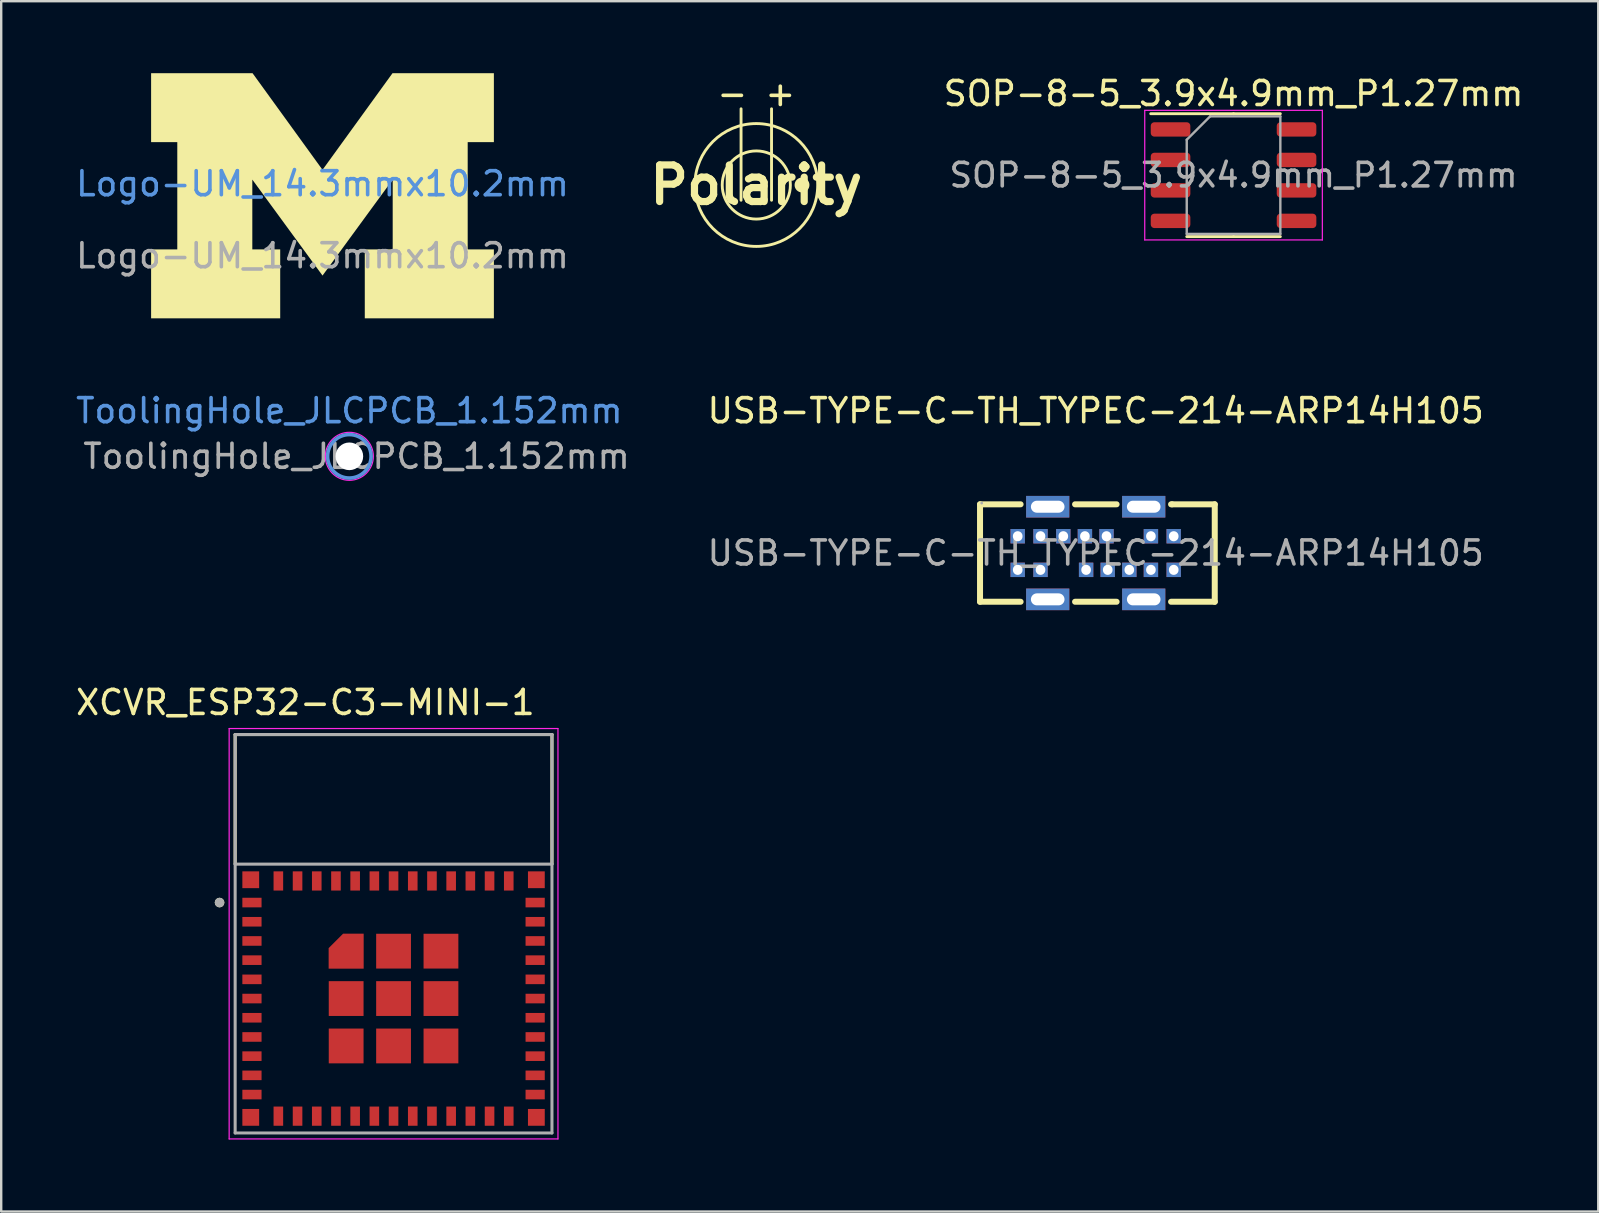
<source format=kicad_pcb>
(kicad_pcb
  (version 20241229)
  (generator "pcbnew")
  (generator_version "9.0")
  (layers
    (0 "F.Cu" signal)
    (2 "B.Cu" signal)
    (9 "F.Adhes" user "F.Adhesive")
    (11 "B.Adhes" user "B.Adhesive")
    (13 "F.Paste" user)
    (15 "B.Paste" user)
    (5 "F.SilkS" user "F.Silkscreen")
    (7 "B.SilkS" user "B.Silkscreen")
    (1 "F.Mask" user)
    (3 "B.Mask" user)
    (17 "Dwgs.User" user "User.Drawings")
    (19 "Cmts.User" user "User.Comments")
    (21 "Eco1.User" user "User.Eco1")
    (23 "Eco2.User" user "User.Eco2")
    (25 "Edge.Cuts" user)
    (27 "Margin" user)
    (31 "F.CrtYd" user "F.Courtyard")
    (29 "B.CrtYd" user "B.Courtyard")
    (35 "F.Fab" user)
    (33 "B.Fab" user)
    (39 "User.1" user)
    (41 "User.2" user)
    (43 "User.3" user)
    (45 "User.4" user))
  (footprint "ToolingHole_JLCPCB_1.152mm"
    (layer "F.Cu")
    (at 11.506 15.963)
    (property "Reference" "ToolingHole_JLCPCB_1.152mm" (at 0 -1.9 0) (layer "Cmts.User") (effects (font (size 1 1) (thickness 0.15))))
    (attr exclude_from_pos_files exclude_from_bom)
    (fp_circle (center 0 0) (end 0.9 -0.1) (stroke (width 0.15) (type solid)) (fill no) (layer "Cmts.User"))
    (fp_circle (center 0 0) (end 1 0) (stroke (width 0.05) (type solid)) (fill no) (layer "F.CrtYd"))
    (fp_text user "${REFERENCE}" (at 0.3 0 0) (layer "F.Fab") (effects (font (size 1 1) (thickness 0.15))))
    (pad "" np_thru_hole circle (at 0 0) (size 1.152 1.152) (drill 1.152) (layers "*.Cu" "*.Mask")))
  (footprint "Logo-UM_14.3mmx10.2mm"
    (layer "F.Cu")
    (at 10.387 5.107)
    (property "Reference" "Logo-UM_14.3mmx10.2mm" (at 0 -0.5 0) (unlocked yes) (layer "Cmts.User") (effects (font (size 1 1) (thickness 0.15))))
    (attr exclude_from_pos_files exclude_from_bom)
    (fp_poly (pts (xy 0.001 -1.081) (xy 2.917 -5.107) (xy 7.141 -5.107) (xy 7.141 -2.236) (xy 6.05 -2.236) (xy 6.05 2.234) (xy 7.141 2.234) (xy 7.141 5.107) (xy 1.762 5.107) (xy 1.762 2.234) (xy 2.925 2.234) (xy 2.925 -0.674) (xy 0.001 3.325) (xy -2.924 -0.674) (xy -2.924 2.234) (xy -1.762 2.234) (xy -1.762 5.107) (xy -7.141 5.107) (xy -7.141 2.234) (xy -6.05 2.234) (xy -6.05 -2.236) (xy -7.141 -2.236) (xy -7.141 -5.107) (xy -2.914 -5.107)) (stroke (width 0) (type solid)) (fill yes) (layer "F.SilkS"))
    (fp_text user "${REFERENCE}" (at 0 2.5 0) (unlocked yes) (layer "F.Fab") (effects (font (size 1 1) (thickness 0.15)))))
  (footprint "USB-TYPE-C-TH_TYPEC-214-ARP14H105"
    (layer "F.Cu")
    (at 42.604 19.993)
    (property "Reference" "USB-TYPE-C-TH_TYPEC-214-ARP14H105" (at 0 -5.93 0) (layer "F.SilkS") (effects (font (size 1 1) (thickness 0.15))))
    (attr through_hole)
    (fp_line (start -4.82 -2.03) (end -3.13 -2.03) (stroke (width 0.25) (type solid)) (layer "F.SilkS"))
    (fp_line (start -4.82 2.03) (end -4.82 -2.03) (stroke (width 0.25) (type solid)) (layer "F.SilkS"))
    (fp_line (start -3.13 2.03) (end -4.82 2.03) (stroke (width 0.25) (type solid)) (layer "F.SilkS"))
    (fp_line (start -0.86 -2.03) (end 0.87 -2.03) (stroke (width 0.25) (type solid)) (layer "F.SilkS"))
    (fp_line (start 0.87 2.03) (end -0.86 2.03) (stroke (width 0.25) (type solid)) (layer "F.SilkS"))
    (fp_line (start 3.14 -2.03) (end 3.18 -2.03) (stroke (width 0.25) (type solid)) (layer "F.SilkS"))
    (fp_line (start 3.18 -2.03) (end 4.96 -2.03) (stroke (width 0.25) (type solid)) (layer "F.SilkS"))
    (fp_line (start 4.96 -2.03) (end 4.96 2.03) (stroke (width 0.25) (type solid)) (layer "F.SilkS"))
    (fp_line (start 4.96 2.03) (end 3.14 2.03) (stroke (width 0.25) (type solid)) (layer "F.SilkS"))
    (fp_circle (center -4.75 -2.08) (end -4.72 -2.08) (stroke (width 0.06) (type solid)) (fill no) (layer "F.Fab"))
    (fp_text user "${REFERENCE}" (at 0 0 0) (layer "F.Fab") (effects (font (size 1 1) (thickness 0.15))))
    (pad "0" thru_hole rect (at -2 -1.93) (size 1.8 0.9) (drill oval 1.4 0.5) (layers "*.Cu" "*.Mask"))
    (pad "0" thru_hole rect (at -2 1.93) (size 1.8 0.9) (drill oval 1.4 0.5) (layers "*.Cu" "*.Mask"))
    (pad "0" thru_hole rect (at 2 -1.93) (size 1.8 0.9) (drill oval 1.4 0.5) (layers "*.Cu" "*.Mask"))
    (pad "0" thru_hole rect (at 2 1.93) (size 1.8 0.9) (drill oval 1.4 0.5) (layers "*.Cu" "*.Mask"))
    (pad "A1" thru_hole rect (at -3.25 -0.7) (size 0.6 0.6) (drill oval 0.4 0.42) (layers "*.Cu" "*.Mask"))
    (pad "A4" thru_hole rect (at -2.3 -0.7) (size 0.6 0.6) (drill oval 0.4 0.42) (layers "*.Cu" "*.Mask"))
    (pad "A5" thru_hole rect (at -1.35 -0.7) (size 0.6 0.6) (drill oval 0.4 0.42) (layers "*.Cu" "*.Mask"))
    (pad "A6" thru_hole rect (at -0.45 -0.7) (size 0.6 0.6) (drill oval 0.4 0.42) (layers "*.Cu" "*.Mask"))
    (pad "A7" thru_hole rect (at 0.45 -0.7) (size 0.6 0.6) (drill oval 0.4 0.42) (layers "*.Cu" "*.Mask"))
    (pad "A9" thru_hole rect (at 2.3 -0.7) (size 0.6 0.6) (drill oval 0.4 0.42) (layers "*.Cu" "*.Mask"))
    (pad "A12" thru_hole rect (at 3.25 -0.7) (size 0.6 0.6) (drill oval 0.4 0.42) (layers "*.Cu" "*.Mask"))
    (pad "B1" thru_hole rect (at 3.25 0.7) (size 0.6 0.6) (drill oval 0.4 0.42) (layers "*.Cu" "*.Mask"))
    (pad "B4" thru_hole rect (at 2.3 0.7) (size 0.6 0.6) (drill oval 0.4 0.42) (layers "*.Cu" "*.Mask"))
    (pad "B5" thru_hole rect (at 1.4 0.7) (size 0.6 0.6) (drill oval 0.4 0.42) (layers "*.Cu" "*.Mask"))
    (pad "B6" thru_hole rect (at 0.5 0.7) (size 0.6 0.6) (drill oval 0.4 0.42) (layers "*.Cu" "*.Mask"))
    (pad "B7" thru_hole rect (at -0.4 0.7) (size 0.6 0.6) (drill oval 0.4 0.42) (layers "*.Cu" "*.Mask"))
    (pad "B9" thru_hole rect (at -2.3 0.7) (size 0.6 0.6) (drill oval 0.4 0.42) (layers "*.Cu" "*.Mask"))
    (pad "B12" thru_hole rect (at -3.25 0.7) (size 0.6 0.6) (drill oval 0.4 0.42) (layers "*.Cu" "*.Mask")))
  (footprint "XCVR_ESP32-C3-MINI-1"
    (layer "F.Cu")
    (at 13.348 35.856)
    (property "Reference" "XCVR_ESP32-C3-MINI-1" (at -3.675 -9.635 0) (layer "F.SilkS") (effects (font (size 1 1) (thickness 0.15))))
    (attr smd)
    (fp_poly (pts (xy -1.15 1.55) (xy -2.8 1.55) (xy -2.8 0.56) (xy -2.14 -0.1) (xy -1.15 -0.1)) (stroke (width 0.01) (type solid)) (fill yes) (layer "F.Mask"))
    (fp_line (start -6.6 -8.3) (end 6.6 -8.3) (stroke (width 0.127) (type solid)) (layer "F.SilkS"))
    (fp_line (start -6.6 -2.92) (end -6.6 -8.3) (stroke (width 0.127) (type solid)) (layer "F.SilkS"))
    (fp_line (start 6.6 -8.3) (end 6.6 -2.92) (stroke (width 0.127) (type solid)) (layer "F.SilkS"))
    (fp_circle (center -7.25 -1.3) (end -7.15 -1.3) (stroke (width 0.2) (type solid)) (fill no) (layer "F.SilkS"))
    (fp_poly (pts (xy -1.25 1.45) (xy -2.7 1.45) (xy -2.7 0.6) (xy -2.1 0) (xy -1.25 0)) (stroke (width 0.01) (type solid)) (fill yes) (layer "F.Paste"))
    (fp_line (start -6.85 -8.55) (end -6.85 8.55) (stroke (width 0.05) (type solid)) (layer "F.CrtYd"))
    (fp_line (start -6.85 8.55) (end 6.85 8.55) (stroke (width 0.05) (type solid)) (layer "F.CrtYd"))
    (fp_line (start 6.85 -8.55) (end -6.85 -8.55) (stroke (width 0.05) (type solid)) (layer "F.CrtYd"))
    (fp_line (start 6.85 8.55) (end 6.85 -8.55) (stroke (width 0.05) (type solid)) (layer "F.CrtYd"))
    (fp_line (start -6.6 -8.3) (end 6.6 -8.3) (stroke (width 0.127) (type solid)) (layer "F.Fab"))
    (fp_line (start -6.6 -2.9) (end -6.6 -8.3) (stroke (width 0.127) (type solid)) (layer "F.Fab"))
    (fp_line (start -6.6 -2.9) (end 6.6 -2.9) (stroke (width 0.127) (type solid)) (layer "F.Fab"))
    (fp_line (start -6.6 8.3) (end -6.6 -2.9) (stroke (width 0.127) (type solid)) (layer "F.Fab"))
    (fp_line (start 6.6 -8.3) (end 6.6 -2.9) (stroke (width 0.127) (type solid)) (layer "F.Fab"))
    (fp_line (start 6.6 -2.9) (end 6.6 8.3) (stroke (width 0.127) (type solid)) (layer "F.Fab"))
    (fp_line (start 6.6 8.3) (end -6.6 8.3) (stroke (width 0.127) (type solid)) (layer "F.Fab"))
    (fp_circle (center -7.25 -1.3) (end -7.15 -1.3) (stroke (width 0.2) (type solid)) (fill no) (layer "F.Fab"))
    (pad "3" smd rect (at -5.9 0.3) (size 0.8 0.4) (layers "F.Cu" "F.Mask" "F.Paste"))
    (pad "4" smd rect (at -5.9 1.1) (size 0.8 0.4) (layers "F.Cu" "F.Mask" "F.Paste"))
    (pad "5" smd rect (at -5.9 1.9) (size 0.8 0.4) (layers "F.Cu" "F.Mask" "F.Paste"))
    (pad "6" smd rect (at -5.9 2.7) (size 0.8 0.4) (layers "F.Cu" "F.Mask" "F.Paste"))
    (pad "7" smd rect (at -5.9 3.5) (size 0.8 0.4) (layers "F.Cu" "F.Mask" "F.Paste"))
    (pad "8" smd rect (at -5.9 4.3) (size 0.8 0.4) (layers "F.Cu" "F.Mask" "F.Paste"))
    (pad "9" smd rect (at -5.9 5.1) (size 0.8 0.4) (layers "F.Cu" "F.Mask" "F.Paste"))
    (pad "10" smd rect (at -5.9 5.9) (size 0.8 0.4) (layers "F.Cu" "F.Mask" "F.Paste"))
    (pad "12" smd rect (at -4.8 7.6) (size 0.4 0.8) (layers "F.Cu" "F.Mask" "F.Paste"))
    (pad "13" smd rect (at -4 7.6) (size 0.4 0.8) (layers "F.Cu" "F.Mask" "F.Paste"))
    (pad "15" smd rect (at -2.4 7.6) (size 0.4 0.8) (layers "F.Cu" "F.Mask" "F.Paste"))
    (pad "16" smd rect (at -1.6 7.6) (size 0.4 0.8) (layers "F.Cu" "F.Mask" "F.Paste"))
    (pad "17" smd rect (at -0.8 7.6) (size 0.4 0.8) (layers "F.Cu" "F.Mask" "F.Paste"))
    (pad "18" smd rect (at 0 7.6) (size 0.4 0.8) (layers "F.Cu" "F.Mask" "F.Paste"))
    (pad "19" smd rect (at 0.8 7.6) (size 0.4 0.8) (layers "F.Cu" "F.Mask" "F.Paste"))
    (pad "20" smd rect (at 1.6 7.6) (size 0.4 0.8) (layers "F.Cu" "F.Mask" "F.Paste"))
    (pad "21" smd rect (at 2.4 7.6) (size 0.4 0.8) (layers "F.Cu" "F.Mask" "F.Paste"))
    (pad "22" smd rect (at 3.2 7.6) (size 0.4 0.8) (layers "F.Cu" "F.Mask" "F.Paste"))
    (pad "23" smd rect (at 4 7.6) (size 0.4 0.8) (layers "F.Cu" "F.Mask" "F.Paste"))
    (pad "24" smd rect (at 4.8 7.6) (size 0.4 0.8) (layers "F.Cu" "F.Mask" "F.Paste"))
    (pad "25" smd rect (at 5.9 6.7) (size 0.8 0.4) (layers "F.Cu" "F.Mask" "F.Paste"))
    (pad "26" smd rect (at 5.9 5.9) (size 0.8 0.4) (layers "F.Cu" "F.Mask" "F.Paste"))
    (pad "27" smd rect (at 5.9 5.1) (size 0.8 0.4) (layers "F.Cu" "F.Mask" "F.Paste"))
    (pad "28" smd rect (at 5.9 4.3) (size 0.8 0.4) (layers "F.Cu" "F.Mask" "F.Paste"))
    (pad "29" smd rect (at 5.9 3.5) (size 0.8 0.4) (layers "F.Cu" "F.Mask" "F.Paste"))
    (pad "30" smd rect (at 5.9 2.7) (size 0.8 0.4) (layers "F.Cu" "F.Mask" "F.Paste"))
    (pad "31" smd rect (at 5.9 1.9) (size 0.8 0.4) (layers "F.Cu" "F.Mask" "F.Paste"))
    (pad "32" smd rect (at 5.9 1.1) (size 0.8 0.4) (layers "F.Cu" "F.Mask" "F.Paste"))
    (pad "33" smd rect (at 5.9 0.3) (size 0.8 0.4) (layers "F.Cu" "F.Mask" "F.Paste"))
    (pad "34" smd rect (at 5.9 -0.5) (size 0.8 0.4) (layers "F.Cu" "F.Mask" "F.Paste"))
    (pad "35" smd rect (at 5.9 -1.3) (size 0.8 0.4) (layers "F.Cu" "F.Mask" "F.Paste"))
    (pad "G" smd rect (at -5.95 -2.25) (size 0.7 0.7) (layers "F.Cu" "F.Mask" "F.Paste"))
    (pad "G" smd rect (at -5.95 7.65) (size 0.7 0.7) (layers "F.Cu" "F.Mask" "F.Paste"))
    (pad "G" smd rect (at -5.9 -1.3) (size 0.8 0.4) (layers "F.Cu" "F.Mask" "F.Paste"))
    (pad "G" smd rect (at -5.9 -0.5) (size 0.8 0.4) (layers "F.Cu" "F.Mask" "F.Paste"))
    (pad "G" smd rect (at -5.9 6.7) (size 0.8 0.4) (layers "F.Cu" "F.Mask" "F.Paste"))
    (pad "G" smd rect (at -4.8 -2.2) (size 0.4 0.8) (layers "F.Cu" "F.Mask" "F.Paste"))
    (pad "G" smd rect (at -4 -2.2) (size 0.4 0.8) (layers "F.Cu" "F.Mask" "F.Paste"))
    (pad "G" smd rect (at -3.2 -2.2) (size 0.4 0.8) (layers "F.Cu" "F.Mask" "F.Paste"))
    (pad "G" smd rect (at -3.2 7.6) (size 0.4 0.8) (layers "F.Cu" "F.Mask" "F.Paste"))
    (pad "G" smd rect (at -2.4 -2.2) (size 0.4 0.8) (layers "F.Cu" "F.Mask" "F.Paste"))
    (pad "G" smd custom (at -1.975 0.725) (size 0.6 0.6) (layers "F.Cu") (options (anchor rect)) (primitives (gr_poly (pts (xy 0.725 0.725) (xy -0.725 0.725) (xy -0.725 -0.125) (xy -0.125 -0.725) (xy 0.725 -0.725)) (width 0.01) (fill yes))))
    (pad "G" smd rect (at -1.975 2.7) (size 1.45 1.45) (layers "F.Cu" "F.Mask" "F.Paste"))
    (pad "G" smd rect (at -1.975 4.675) (size 1.45 1.45) (layers "F.Cu" "F.Mask" "F.Paste"))
    (pad "G" smd rect (at -1.6 -2.2) (size 0.4 0.8) (layers "F.Cu" "F.Mask" "F.Paste"))
    (pad "G" smd rect (at -0.8 -2.2) (size 0.4 0.8) (layers "F.Cu" "F.Mask" "F.Paste"))
    (pad "G" smd rect (at 0 -2.2) (size 0.4 0.8) (layers "F.Cu" "F.Mask" "F.Paste"))
    (pad "G" smd rect (at 0 0.725) (size 1.45 1.45) (layers "F.Cu" "F.Mask" "F.Paste"))
    (pad "G" smd rect (at 0 2.7) (size 1.45 1.45) (layers "F.Cu" "F.Mask" "F.Paste"))
    (pad "G" smd rect (at 0 4.675) (size 1.45 1.45) (layers "F.Cu" "F.Mask" "F.Paste"))
    (pad "G" smd rect (at 0.8 -2.2) (size 0.4 0.8) (layers "F.Cu" "F.Mask" "F.Paste"))
    (pad "G" smd rect (at 1.6 -2.2) (size 0.4 0.8) (layers "F.Cu" "F.Mask" "F.Paste"))
    (pad "G" smd rect (at 1.975 0.725) (size 1.45 1.45) (layers "F.Cu" "F.Mask" "F.Paste"))
    (pad "G" smd rect (at 1.975 2.7) (size 1.45 1.45) (layers "F.Cu" "F.Mask" "F.Paste"))
    (pad "G" smd rect (at 1.975 4.675) (size 1.45 1.45) (layers "F.Cu" "F.Mask" "F.Paste"))
    (pad "G" smd rect (at 2.4 -2.2) (size 0.4 0.8) (layers "F.Cu" "F.Mask" "F.Paste"))
    (pad "G" smd rect (at 3.2 -2.2) (size 0.4 0.8) (layers "F.Cu" "F.Mask" "F.Paste"))
    (pad "G" smd rect (at 4 -2.2) (size 0.4 0.8) (layers "F.Cu" "F.Mask" "F.Paste"))
    (pad "G" smd rect (at 4.8 -2.2) (size 0.4 0.8) (layers "F.Cu" "F.Mask" "F.Paste"))
    (pad "G" smd rect (at 5.95 -2.25) (size 0.7 0.7) (layers "F.Cu" "F.Mask" "F.Paste"))
    (pad "G" smd rect (at 5.95 7.65) (size 0.7 0.7) (layers "F.Cu" "F.Mask" "F.Paste"))
    (zone (net_name "") (layer "F.Cu") (hatch full 0.508) (connect_pads) (min_thickness 0.01) (filled_areas_thickness no) (keepout (tracks not_allowed) (vias not_allowed) (pads not_allowed) (copperpour not_allowed) (footprints allowed)) (placement (enabled no)) (fill) (polygon (pts (xy 6.748 27.556) (xy 19.948 27.556) (xy 19.948 32.956) (xy 6.748 32.956))))
    (zone (net_name "") (layers "F.Cu" "B.Cu") (hatch full 0.508) (connect_pads) (min_thickness 0.01) (filled_areas_thickness no) (keepout (tracks allowed) (vias not_allowed) (pads allowed) (copperpour allowed) (footprints allowed)) (placement (enabled no)) (fill) (polygon (pts (xy 6.748 27.556) (xy 19.948 27.556) (xy 19.948 32.956) (xy 6.748 32.956))))
    (zone (net_name "") (layer "B.Cu") (hatch full 0.508) (connect_pads) (min_thickness 0.01) (filled_areas_thickness no) (keepout (tracks not_allowed) (vias not_allowed) (pads not_allowed) (copperpour not_allowed) (footprints allowed)) (placement (enabled no)) (fill) (polygon (pts (xy 6.748 27.556) (xy 19.948 27.556) (xy 19.948 32.956) (xy 6.748 32.956)))))
  (footprint "SOP-8-5_3.9x4.9mm_P1.27mm"
    (layer "F.Cu")
    (at 48.347 4.248)
    (property "Reference" "SOP-8-5_3.9x4.9mm_P1.27mm" (at 0 -3.4 0) (layer "F.SilkS") (effects (font (size 1 1) (thickness 0.15))))
    (attr smd)
    (fp_line (start 0 -2.56) (end -3.45 -2.56) (stroke (width 0.12) (type solid)) (layer "F.SilkS"))
    (fp_line (start 0 -2.56) (end 1.95 -2.56) (stroke (width 0.12) (type solid)) (layer "F.SilkS"))
    (fp_line (start 0 2.56) (end -1.95 2.56) (stroke (width 0.12) (type solid)) (layer "F.SilkS"))
    (fp_line (start 0 2.56) (end 1.95 2.56) (stroke (width 0.12) (type solid)) (layer "F.SilkS"))
    (fp_line (start -3.7 -2.7) (end -3.7 2.7) (stroke (width 0.05) (type solid)) (layer "F.CrtYd"))
    (fp_line (start -3.7 2.7) (end 3.7 2.7) (stroke (width 0.05) (type solid)) (layer "F.CrtYd"))
    (fp_line (start 3.7 -2.7) (end -3.7 -2.7) (stroke (width 0.05) (type solid)) (layer "F.CrtYd"))
    (fp_line (start 3.7 2.7) (end 3.7 -2.7) (stroke (width 0.05) (type solid)) (layer "F.CrtYd"))
    (fp_line (start -1.95 -1.475) (end -0.975 -2.45) (stroke (width 0.1) (type solid)) (layer "F.Fab"))
    (fp_line (start -1.95 2.45) (end -1.95 -1.475) (stroke (width 0.1) (type solid)) (layer "F.Fab"))
    (fp_line (start -0.975 -2.45) (end 1.95 -2.45) (stroke (width 0.1) (type solid)) (layer "F.Fab"))
    (fp_line (start 1.95 -2.45) (end 1.95 2.45) (stroke (width 0.1) (type solid)) (layer "F.Fab"))
    (fp_line (start 1.95 2.45) (end -1.95 2.45) (stroke (width 0.1) (type solid)) (layer "F.Fab"))
    (fp_text user "${REFERENCE}" (at 0 0 0) (layer "F.Fab") (effects (font (size 0.98 0.98) (thickness 0.15))))
    (pad "1" smd roundrect (at -2.625 -1.905) (size 1.65 0.6) (layers "F.Cu" "F.Mask" "F.Paste") (roundrect_rratio 0.25))
    (pad "2" smd roundrect (at -2.625 -0.635) (size 1.65 0.6) (layers "F.Cu" "F.Mask" "F.Paste") (roundrect_rratio 0.25))
    (pad "3" smd roundrect (at -2.625 0.635) (size 1.65 0.6) (layers "F.Cu" "F.Mask" "F.Paste") (roundrect_rratio 0.25))
    (pad "4" smd roundrect (at -2.625 1.905) (size 1.65 0.6) (layers "F.Cu" "F.Mask" "F.Paste") (roundrect_rratio 0.25))
    (pad "5" smd roundrect (at 2.625 -1.905) (size 1.65 0.6) (layers "F.Cu" "F.Mask" "F.Paste") (roundrect_rratio 0.25))
    (pad "5" smd roundrect (at 2.625 -0.635) (size 1.65 0.6) (layers "F.Cu" "F.Mask" "F.Paste") (roundrect_rratio 0.25))
    (pad "5" smd roundrect (at 2.625 0.635) (size 1.65 0.6) (layers "F.Cu" "F.Mask" "F.Paste") (roundrect_rratio 0.25))
    (pad "5" smd roundrect (at 2.625 1.905) (size 1.65 0.6) (layers "F.Cu" "F.Mask" "F.Paste") (roundrect_rratio 0.25)))
  (footprint "Polarity"
    (layer "F.Cu")
    (at 28.462 4.658)
    (property "Reference" "Polarity" (at 0 0 0) (layer "F.SilkS") (effects (font (size 1.524 1.524) (thickness 0.3))))
    (attr through_hole)
    (fp_line (start -0.635 0.635) (end -0.635 -3.175) (stroke (width 0.12) (type solid)) (layer "F.SilkS"))
    (fp_line (start 0.635 -3.175) (end 0.635 0.635) (stroke (width 0.12) (type solid)) (layer "F.SilkS"))
    (fp_circle (center 0 0) (end 1.27 -0.635) (stroke (width 0.12) (type solid)) (fill no) (layer "F.SilkS"))
    (fp_circle (center 0 0) (end 2.54 -0.311) (stroke (width 0.12) (type solid)) (fill no) (layer "F.SilkS"))
    (fp_circle (center 1.905 0) (end 2.155 0) (stroke (width 0.12) (type solid)) (fill yes) (layer "F.SilkS"))
    (fp_text user "- +" (at 0 -3.81 0) (unlocked yes) (layer "F.SilkS") (effects (font (size 1 1) (thickness 0.15)))))
  (gr_rect
    (start -3 -3)
    (end 63.543 47.431)
    (stroke (width 0.1) (type default))
    (fill no)
    (layer "Edge.Cuts")))
</source>
